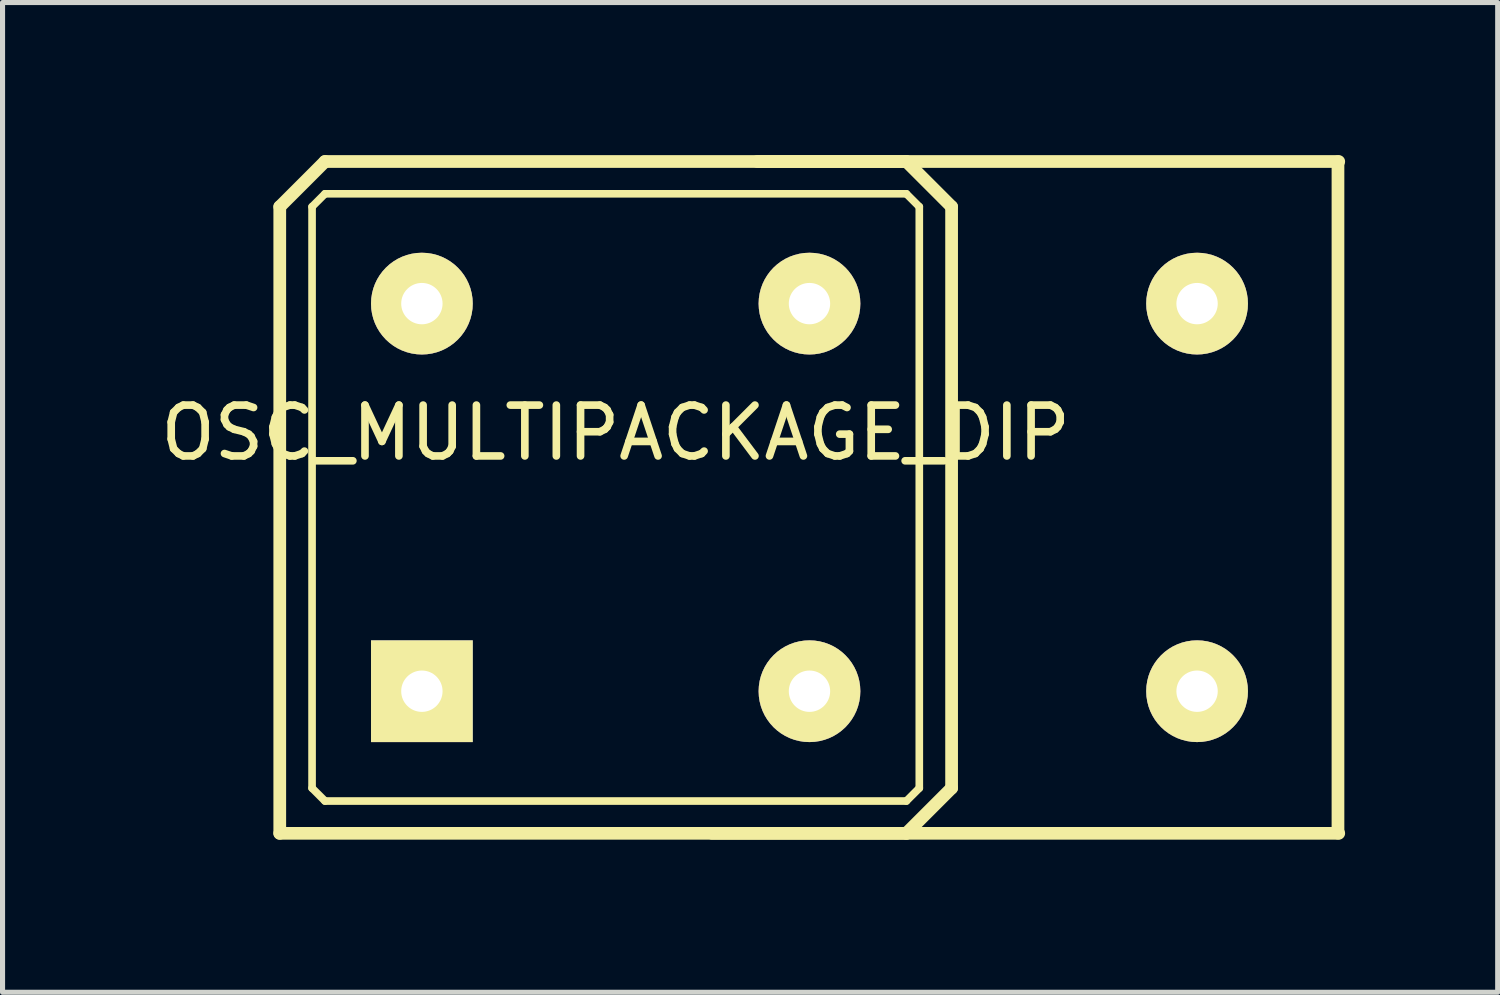
<source format=kicad_pcb>
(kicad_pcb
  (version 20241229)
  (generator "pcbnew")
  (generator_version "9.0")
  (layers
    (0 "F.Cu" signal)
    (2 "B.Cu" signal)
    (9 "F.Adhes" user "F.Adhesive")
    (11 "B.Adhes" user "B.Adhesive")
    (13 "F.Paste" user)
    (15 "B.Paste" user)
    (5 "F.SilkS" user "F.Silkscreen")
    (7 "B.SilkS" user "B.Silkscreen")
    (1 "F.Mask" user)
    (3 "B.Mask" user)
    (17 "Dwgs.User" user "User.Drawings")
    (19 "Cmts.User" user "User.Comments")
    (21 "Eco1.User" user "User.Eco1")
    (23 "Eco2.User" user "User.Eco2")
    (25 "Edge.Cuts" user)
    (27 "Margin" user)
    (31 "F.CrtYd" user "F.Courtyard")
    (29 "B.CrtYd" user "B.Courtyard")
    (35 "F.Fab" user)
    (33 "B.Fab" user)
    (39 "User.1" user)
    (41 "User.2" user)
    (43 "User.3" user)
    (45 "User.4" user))
  (footprint "OSC_MULTIPACKAGE_DIP"
    (layer "F.Cu")
    (at 9.054 6.729)
    (property "Reference" "OSC_MULTIPACKAGE_DIP" (at 0 -1.27 0) (layer "F.SilkS") (effects (font (size 1 1) (thickness 0.15))))
    (attr through_hole)
    (fp_line (start -6.604 -5.715) (end -6.604 6.604) (stroke (width 0.25) (type solid)) (layer "F.SilkS"))
    (fp_line (start -6.604 6.604) (end 5.715 6.604) (stroke (width 0.25) (type solid)) (layer "F.SilkS"))
    (fp_line (start -5.969 -5.715) (end -5.969 5.715) (stroke (width 0.15) (type solid)) (layer "F.SilkS"))
    (fp_line (start -5.969 5.715) (end -5.715 5.969) (stroke (width 0.15) (type solid)) (layer "F.SilkS"))
    (fp_line (start -5.715 -6.604) (end -6.604 -5.715) (stroke (width 0.25) (type solid)) (layer "F.SilkS"))
    (fp_line (start -5.715 -5.969) (end -5.969 -5.715) (stroke (width 0.15) (type solid)) (layer "F.SilkS"))
    (fp_line (start -5.715 5.969) (end 5.715 5.969) (stroke (width 0.15) (type solid)) (layer "F.SilkS"))
    (fp_line (start 1.896 6.604) (end 14.215 6.604) (stroke (width 0.25) (type solid)) (layer "F.SilkS"))
    (fp_line (start 5.715 -6.604) (end -5.715 -6.604) (stroke (width 0.25) (type solid)) (layer "F.SilkS"))
    (fp_line (start 5.715 -5.969) (end -5.715 -5.969) (stroke (width 0.15) (type solid)) (layer "F.SilkS"))
    (fp_line (start 5.715 5.969) (end 5.969 5.715) (stroke (width 0.15) (type solid)) (layer "F.SilkS"))
    (fp_line (start 5.715 6.604) (end 6.604 5.715) (stroke (width 0.25) (type solid)) (layer "F.SilkS"))
    (fp_line (start 5.969 -5.715) (end 5.715 -5.969) (stroke (width 0.15) (type solid)) (layer "F.SilkS"))
    (fp_line (start 5.969 5.715) (end 5.969 -5.715) (stroke (width 0.15) (type solid)) (layer "F.SilkS"))
    (fp_line (start 6.604 -5.715) (end 5.715 -6.604) (stroke (width 0.25) (type solid)) (layer "F.SilkS"))
    (fp_line (start 6.604 5.715) (end 6.604 -5.715) (stroke (width 0.25) (type solid)) (layer "F.SilkS"))
    (fp_line (start 14.2 -6.6) (end 14.2 6.6) (stroke (width 0.25) (type solid)) (layer "F.SilkS"))
    (fp_line (start 14.215 -6.604) (end 2.785 -6.604) (stroke (width 0.25) (type solid)) (layer "F.SilkS"))
    (pad "GND" thru_hole circle (at 3.81 3.81) (size 2 2) (drill 0.813) (layers "*.Cu" "*.Mask" "F.SilkS"))
    (pad "GND" thru_hole circle (at 11.43 3.81) (size 2 2) (drill 0.813) (layers "*.Cu" "*.Mask" "F.SilkS"))
    (pad "NC" thru_hole rect (at -3.81 3.81) (size 2 2) (drill 0.813) (layers "*.Cu" "*.Mask" "F.SilkS"))
    (pad "OUT" thru_hole circle (at 3.81 -3.81) (size 2 2) (drill 0.813) (layers "*.Cu" "*.Mask" "F.SilkS"))
    (pad "OUT" thru_hole circle (at 11.43 -3.81) (size 2 2) (drill 0.813) (layers "*.Cu" "*.Mask" "F.SilkS"))
    (pad "VCC" thru_hole circle (at -3.81 -3.81) (size 2 2) (drill 0.813) (layers "*.Cu" "*.Mask" "F.SilkS")))
  (gr_rect
    (start -3 -3)
    (end 26.394 16.458)
    (stroke (width 0.1) (type default))
    (fill no)
    (layer "Edge.Cuts")))
</source>
